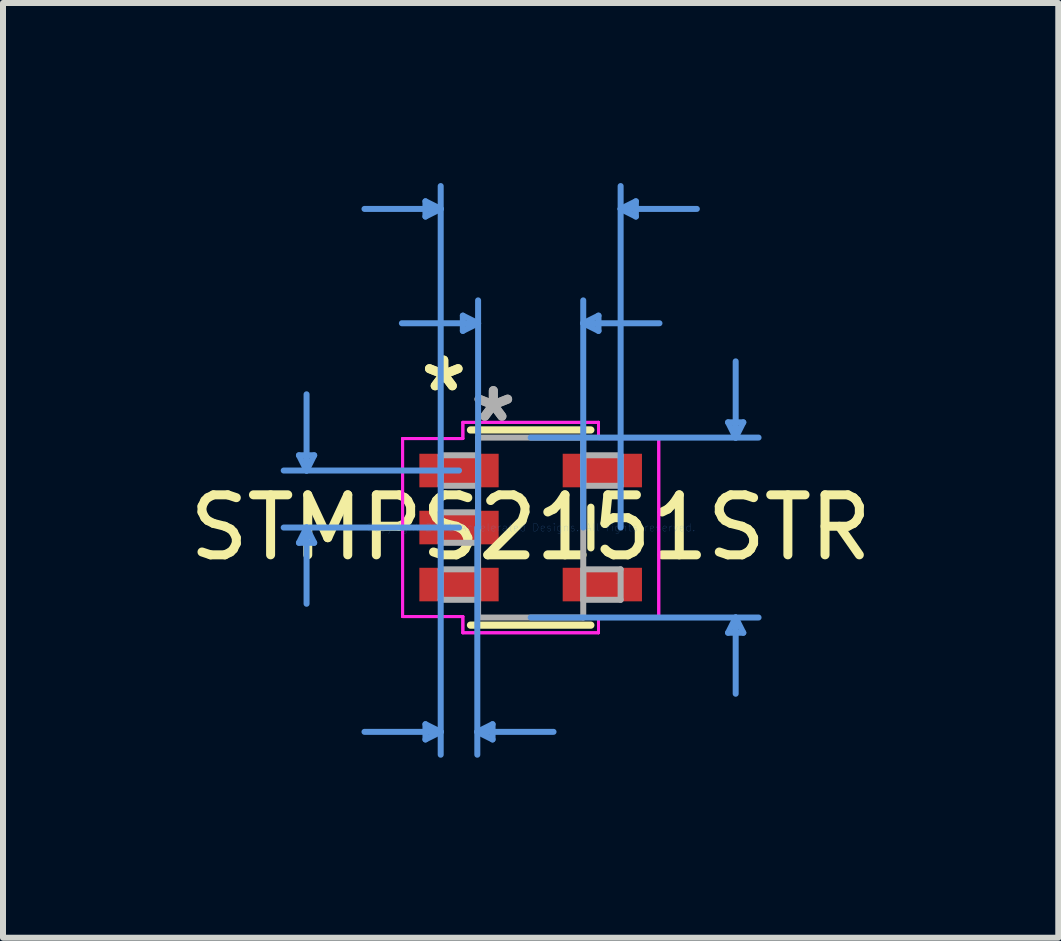
<source format=kicad_pcb>
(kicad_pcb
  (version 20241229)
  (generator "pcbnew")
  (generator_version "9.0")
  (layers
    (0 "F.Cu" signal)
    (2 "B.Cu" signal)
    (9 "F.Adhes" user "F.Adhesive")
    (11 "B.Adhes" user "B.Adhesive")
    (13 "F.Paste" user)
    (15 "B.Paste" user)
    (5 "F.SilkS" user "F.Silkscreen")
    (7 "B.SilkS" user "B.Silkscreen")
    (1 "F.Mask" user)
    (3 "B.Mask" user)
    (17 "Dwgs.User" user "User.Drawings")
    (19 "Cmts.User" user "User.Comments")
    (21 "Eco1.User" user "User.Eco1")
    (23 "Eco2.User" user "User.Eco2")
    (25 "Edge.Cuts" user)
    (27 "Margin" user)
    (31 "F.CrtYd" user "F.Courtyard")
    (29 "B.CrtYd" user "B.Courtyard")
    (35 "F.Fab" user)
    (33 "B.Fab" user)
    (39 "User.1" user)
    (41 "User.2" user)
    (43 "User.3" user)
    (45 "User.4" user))
  (footprint "STMPS2151STR"
    (layer "F.Cu")
    (at 5.792 5.74)
    (property "Reference" "STMPS2151STR" (at 0 0 0) (layer "F.SilkS") (effects (font (size 1 1) (thickness 0.15))))
    (attr through_hole)
    (fp_line (start -1.003 1.626) (end 1.003 1.626) (stroke (width 0.12) (type solid)) (layer "F.SilkS"))
    (fp_line (start 1.003 -1.626) (end -1.003 -1.626) (stroke (width 0.12) (type solid)) (layer "F.SilkS"))
    (fp_line (start 1.003 0.338) (end 1.003 -0.338) (stroke (width 0.12) (type solid)) (layer "F.SilkS"))
    (fp_line (start -3.861 -1.204) (end -3.607 -1.204) (stroke (width 0.1) (type solid)) (layer "Cmts.User"))
    (fp_line (start -3.861 0.254) (end -3.607 0.254) (stroke (width 0.1) (type solid)) (layer "Cmts.User"))
    (fp_line (start -3.734 -0.95) (end -3.861 -1.204) (stroke (width 0.1) (type solid)) (layer "Cmts.User"))
    (fp_line (start -3.734 -0.95) (end -3.734 -2.22) (stroke (width 0.1) (type solid)) (layer "Cmts.User"))
    (fp_line (start -3.734 -0.95) (end -3.607 -1.204) (stroke (width 0.1) (type solid)) (layer "Cmts.User"))
    (fp_line (start -3.734 0) (end -3.861 0.254) (stroke (width 0.1) (type solid)) (layer "Cmts.User"))
    (fp_line (start -3.734 0) (end -3.734 1.27) (stroke (width 0.1) (type solid)) (layer "Cmts.User"))
    (fp_line (start -3.734 0) (end -3.607 0.254) (stroke (width 0.1) (type solid)) (layer "Cmts.User"))
    (fp_line (start -1.753 -5.436) (end -1.753 -5.182) (stroke (width 0.1) (type solid)) (layer "Cmts.User"))
    (fp_line (start -1.753 3.277) (end -1.753 3.531) (stroke (width 0.1) (type solid)) (layer "Cmts.User"))
    (fp_line (start -1.499 -5.309) (end -2.769 -5.309) (stroke (width 0.1) (type solid)) (layer "Cmts.User"))
    (fp_line (start -1.499 -5.309) (end -1.753 -5.436) (stroke (width 0.1) (type solid)) (layer "Cmts.User"))
    (fp_line (start -1.499 -5.309) (end -1.753 -5.182) (stroke (width 0.1) (type solid)) (layer "Cmts.User"))
    (fp_line (start -1.499 0) (end -1.499 -5.69) (stroke (width 0.1) (type solid)) (layer "Cmts.User"))
    (fp_line (start -1.499 0) (end -1.499 3.785) (stroke (width 0.1) (type solid)) (layer "Cmts.User"))
    (fp_line (start -1.499 3.404) (end -2.769 3.404) (stroke (width 0.1) (type solid)) (layer "Cmts.User"))
    (fp_line (start -1.499 3.404) (end -1.753 3.277) (stroke (width 0.1) (type solid)) (layer "Cmts.User"))
    (fp_line (start -1.499 3.404) (end -1.753 3.531) (stroke (width 0.1) (type solid)) (layer "Cmts.User"))
    (fp_line (start -1.194 -0.95) (end -4.115 -0.95) (stroke (width 0.1) (type solid)) (layer "Cmts.User"))
    (fp_line (start -1.194 0) (end -4.115 0) (stroke (width 0.1) (type solid)) (layer "Cmts.User"))
    (fp_line (start -1.13 -3.531) (end -1.13 -3.277) (stroke (width 0.1) (type solid)) (layer "Cmts.User"))
    (fp_line (start -0.889 0) (end -0.889 3.785) (stroke (width 0.1) (type solid)) (layer "Cmts.User"))
    (fp_line (start -0.889 3.404) (end -0.635 3.277) (stroke (width 0.1) (type solid)) (layer "Cmts.User"))
    (fp_line (start -0.889 3.404) (end -0.635 3.531) (stroke (width 0.1) (type solid)) (layer "Cmts.User"))
    (fp_line (start -0.889 3.404) (end 0.381 3.404) (stroke (width 0.1) (type solid)) (layer "Cmts.User"))
    (fp_line (start -0.876 -3.404) (end -2.146 -3.404) (stroke (width 0.1) (type solid)) (layer "Cmts.User"))
    (fp_line (start -0.876 -3.404) (end -1.13 -3.531) (stroke (width 0.1) (type solid)) (layer "Cmts.User"))
    (fp_line (start -0.876 -3.404) (end -1.13 -3.277) (stroke (width 0.1) (type solid)) (layer "Cmts.User"))
    (fp_line (start -0.876 0) (end -0.876 -3.785) (stroke (width 0.1) (type solid)) (layer "Cmts.User"))
    (fp_line (start -0.635 3.277) (end -0.635 3.531) (stroke (width 0.1) (type solid)) (layer "Cmts.User"))
    (fp_line (start 0 -1.499) (end 3.797 -1.499) (stroke (width 0.1) (type solid)) (layer "Cmts.User"))
    (fp_line (start 0 1.499) (end 3.797 1.499) (stroke (width 0.1) (type solid)) (layer "Cmts.User"))
    (fp_line (start 0.876 -3.404) (end 1.13 -3.531) (stroke (width 0.1) (type solid)) (layer "Cmts.User"))
    (fp_line (start 0.876 -3.404) (end 1.13 -3.277) (stroke (width 0.1) (type solid)) (layer "Cmts.User"))
    (fp_line (start 0.876 -3.404) (end 2.146 -3.404) (stroke (width 0.1) (type solid)) (layer "Cmts.User"))
    (fp_line (start 0.876 0) (end 0.876 -3.785) (stroke (width 0.1) (type solid)) (layer "Cmts.User"))
    (fp_line (start 1.13 -3.531) (end 1.13 -3.277) (stroke (width 0.1) (type solid)) (layer "Cmts.User"))
    (fp_line (start 1.499 -5.309) (end 1.753 -5.436) (stroke (width 0.1) (type solid)) (layer "Cmts.User"))
    (fp_line (start 1.499 -5.309) (end 1.753 -5.182) (stroke (width 0.1) (type solid)) (layer "Cmts.User"))
    (fp_line (start 1.499 -5.309) (end 2.769 -5.309) (stroke (width 0.1) (type solid)) (layer "Cmts.User"))
    (fp_line (start 1.499 0) (end 1.499 -5.69) (stroke (width 0.1) (type solid)) (layer "Cmts.User"))
    (fp_line (start 1.753 -5.436) (end 1.753 -5.182) (stroke (width 0.1) (type solid)) (layer "Cmts.User"))
    (fp_line (start 3.289 -1.753) (end 3.543 -1.753) (stroke (width 0.1) (type solid)) (layer "Cmts.User"))
    (fp_line (start 3.289 1.753) (end 3.543 1.753) (stroke (width 0.1) (type solid)) (layer "Cmts.User"))
    (fp_line (start 3.416 -1.499) (end 3.289 -1.753) (stroke (width 0.1) (type solid)) (layer "Cmts.User"))
    (fp_line (start 3.416 -1.499) (end 3.416 -2.769) (stroke (width 0.1) (type solid)) (layer "Cmts.User"))
    (fp_line (start 3.416 -1.499) (end 3.543 -1.753) (stroke (width 0.1) (type solid)) (layer "Cmts.User"))
    (fp_line (start 3.416 1.499) (end 3.289 1.753) (stroke (width 0.1) (type solid)) (layer "Cmts.User"))
    (fp_line (start 3.416 1.499) (end 3.416 2.769) (stroke (width 0.1) (type solid)) (layer "Cmts.User"))
    (fp_line (start 3.416 1.499) (end 3.543 1.753) (stroke (width 0.1) (type solid)) (layer "Cmts.User"))
    (fp_line (start -2.134 -1.483) (end -1.13 -1.483) (stroke (width 0.05) (type solid)) (layer "F.CrtYd"))
    (fp_line (start -2.134 -1.483) (end -1.13 -1.483) (stroke (width 0.05) (type solid)) (layer "F.CrtYd"))
    (fp_line (start -2.134 1.483) (end -2.134 -1.483) (stroke (width 0.05) (type solid)) (layer "F.CrtYd"))
    (fp_line (start -2.134 1.483) (end -2.134 -1.483) (stroke (width 0.05) (type solid)) (layer "F.CrtYd"))
    (fp_line (start -1.13 -1.753) (end 1.13 -1.753) (stroke (width 0.05) (type solid)) (layer "F.CrtYd"))
    (fp_line (start -1.13 -1.753) (end 1.13 -1.753) (stroke (width 0.05) (type solid)) (layer "F.CrtYd"))
    (fp_line (start -1.13 -1.483) (end -1.13 -1.753) (stroke (width 0.05) (type solid)) (layer "F.CrtYd"))
    (fp_line (start -1.13 -1.483) (end -1.13 -1.753) (stroke (width 0.05) (type solid)) (layer "F.CrtYd"))
    (fp_line (start -1.13 1.483) (end -2.134 1.483) (stroke (width 0.05) (type solid)) (layer "F.CrtYd"))
    (fp_line (start -1.13 1.483) (end -2.134 1.483) (stroke (width 0.05) (type solid)) (layer "F.CrtYd"))
    (fp_line (start -1.13 1.753) (end -1.13 1.483) (stroke (width 0.05) (type solid)) (layer "F.CrtYd"))
    (fp_line (start -1.13 1.753) (end -1.13 1.483) (stroke (width 0.05) (type solid)) (layer "F.CrtYd"))
    (fp_line (start 1.13 -1.753) (end 1.13 -1.483) (stroke (width 0.05) (type solid)) (layer "F.CrtYd"))
    (fp_line (start 1.13 -1.753) (end 1.13 -1.483) (stroke (width 0.05) (type solid)) (layer "F.CrtYd"))
    (fp_line (start 1.13 -1.483) (end 2.134 -1.483) (stroke (width 0.05) (type solid)) (layer "F.CrtYd"))
    (fp_line (start 1.13 -1.483) (end 2.134 -1.483) (stroke (width 0.05) (type solid)) (layer "F.CrtYd"))
    (fp_line (start 1.13 1.483) (end 1.13 1.753) (stroke (width 0.05) (type solid)) (layer "F.CrtYd"))
    (fp_line (start 1.13 1.483) (end 1.13 1.753) (stroke (width 0.05) (type solid)) (layer "F.CrtYd"))
    (fp_line (start 1.13 1.753) (end -1.13 1.753) (stroke (width 0.05) (type solid)) (layer "F.CrtYd"))
    (fp_line (start 1.13 1.753) (end -1.13 1.753) (stroke (width 0.05) (type solid)) (layer "F.CrtYd"))
    (fp_line (start 2.134 -1.483) (end 2.134 1.483) (stroke (width 0.05) (type solid)) (layer "F.CrtYd"))
    (fp_line (start 2.134 -1.483) (end 2.134 1.483) (stroke (width 0.05) (type solid)) (layer "F.CrtYd"))
    (fp_line (start 2.134 1.483) (end 1.13 1.483) (stroke (width 0.05) (type solid)) (layer "F.CrtYd"))
    (fp_line (start 2.134 1.483) (end 1.13 1.483) (stroke (width 0.05) (type solid)) (layer "F.CrtYd"))
    (fp_line (start -1.499 -1.204) (end -1.499 -0.696) (stroke (width 0.1) (type solid)) (layer "F.Fab"))
    (fp_line (start -1.499 -0.696) (end -0.876 -0.696) (stroke (width 0.1) (type solid)) (layer "F.Fab"))
    (fp_line (start -1.499 -0.254) (end -1.499 0.254) (stroke (width 0.1) (type solid)) (layer "F.Fab"))
    (fp_line (start -1.499 0.254) (end -0.876 0.254) (stroke (width 0.1) (type solid)) (layer "F.Fab"))
    (fp_line (start -1.499 0.696) (end -1.499 1.204) (stroke (width 0.1) (type solid)) (layer "F.Fab"))
    (fp_line (start -1.499 1.204) (end -0.876 1.204) (stroke (width 0.1) (type solid)) (layer "F.Fab"))
    (fp_line (start -0.876 -1.499) (end -0.876 1.499) (stroke (width 0.1) (type solid)) (layer "F.Fab"))
    (fp_line (start -0.876 -1.204) (end -1.499 -1.204) (stroke (width 0.1) (type solid)) (layer "F.Fab"))
    (fp_line (start -0.876 -0.696) (end -0.876 -1.204) (stroke (width 0.1) (type solid)) (layer "F.Fab"))
    (fp_line (start -0.876 -0.254) (end -1.499 -0.254) (stroke (width 0.1) (type solid)) (layer "F.Fab"))
    (fp_line (start -0.876 0.254) (end -0.876 -0.254) (stroke (width 0.1) (type solid)) (layer "F.Fab"))
    (fp_line (start -0.876 0.696) (end -1.499 0.696) (stroke (width 0.1) (type solid)) (layer "F.Fab"))
    (fp_line (start -0.876 1.204) (end -0.876 0.696) (stroke (width 0.1) (type solid)) (layer "F.Fab"))
    (fp_line (start -0.876 1.499) (end 0.876 1.499) (stroke (width 0.1) (type solid)) (layer "F.Fab"))
    (fp_line (start 0.876 -1.499) (end -0.876 -1.499) (stroke (width 0.1) (type solid)) (layer "F.Fab"))
    (fp_line (start 0.876 -1.204) (end 0.876 -0.696) (stroke (width 0.1) (type solid)) (layer "F.Fab"))
    (fp_line (start 0.876 -0.696) (end 1.499 -0.696) (stroke (width 0.1) (type solid)) (layer "F.Fab"))
    (fp_line (start 0.876 0.696) (end 0.876 1.204) (stroke (width 0.1) (type solid)) (layer "F.Fab"))
    (fp_line (start 0.876 1.204) (end 1.499 1.204) (stroke (width 0.1) (type solid)) (layer "F.Fab"))
    (fp_line (start 0.876 1.499) (end 0.876 -1.499) (stroke (width 0.1) (type solid)) (layer "F.Fab"))
    (fp_line (start 1.499 -1.204) (end 0.876 -1.204) (stroke (width 0.1) (type solid)) (layer "F.Fab"))
    (fp_line (start 1.499 -0.696) (end 1.499 -1.204) (stroke (width 0.1) (type solid)) (layer "F.Fab"))
    (fp_line (start 1.499 0.696) (end 0.876 0.696) (stroke (width 0.1) (type solid)) (layer "F.Fab"))
    (fp_line (start 1.499 1.204) (end 1.499 0.696) (stroke (width 0.1) (type solid)) (layer "F.Fab"))
    (fp_text user "*" (at -1.448 -2.245 0) (layer "F.SilkS") (effects (font (size 1 1) (thickness 0.15))))
    (fp_text user "*" (at -1.448 -2.245 0) (layer "F.SilkS") (effects (font (size 1 1) (thickness 0.15))))
    (fp_text user "Copyright 2021 Accelerated Designs. All rights reserved." (at 0 0 0) (layer "Cmts.User") (effects (font (size 0.127 0.127) (thickness 0.002))))
    (fp_text user "*" (at -0.622 -1.737 0) (layer "F.Fab") (effects (font (size 1 1) (thickness 0.15))))
    (fp_text user "*" (at -0.622 -1.737 0) (layer "F.Fab") (effects (font (size 1 1) (thickness 0.15))))
    (pad "1" smd rect (at -1.194 -0.95) (size 1.321 0.559) (layers "F.Cu" "F.Mask" "F.Paste"))
    (pad "2" smd rect (at -1.194 0) (size 1.321 0.559) (layers "F.Cu" "F.Mask" "F.Paste"))
    (pad "3" smd rect (at -1.194 0.95) (size 1.321 0.559) (layers "F.Cu" "F.Mask" "F.Paste"))
    (pad "4" smd rect (at 1.194 0.95) (size 1.321 0.559) (layers "F.Cu" "F.Mask" "F.Paste"))
    (pad "5" smd rect (at 1.194 -0.95) (size 1.321 0.559) (layers "F.Cu" "F.Mask" "F.Paste")))
  (gr_rect
    (start -3 -3)
    (end 14.583 12.574)
    (stroke (width 0.1) (type default))
    (fill no)
    (layer "Edge.Cuts")))
</source>
